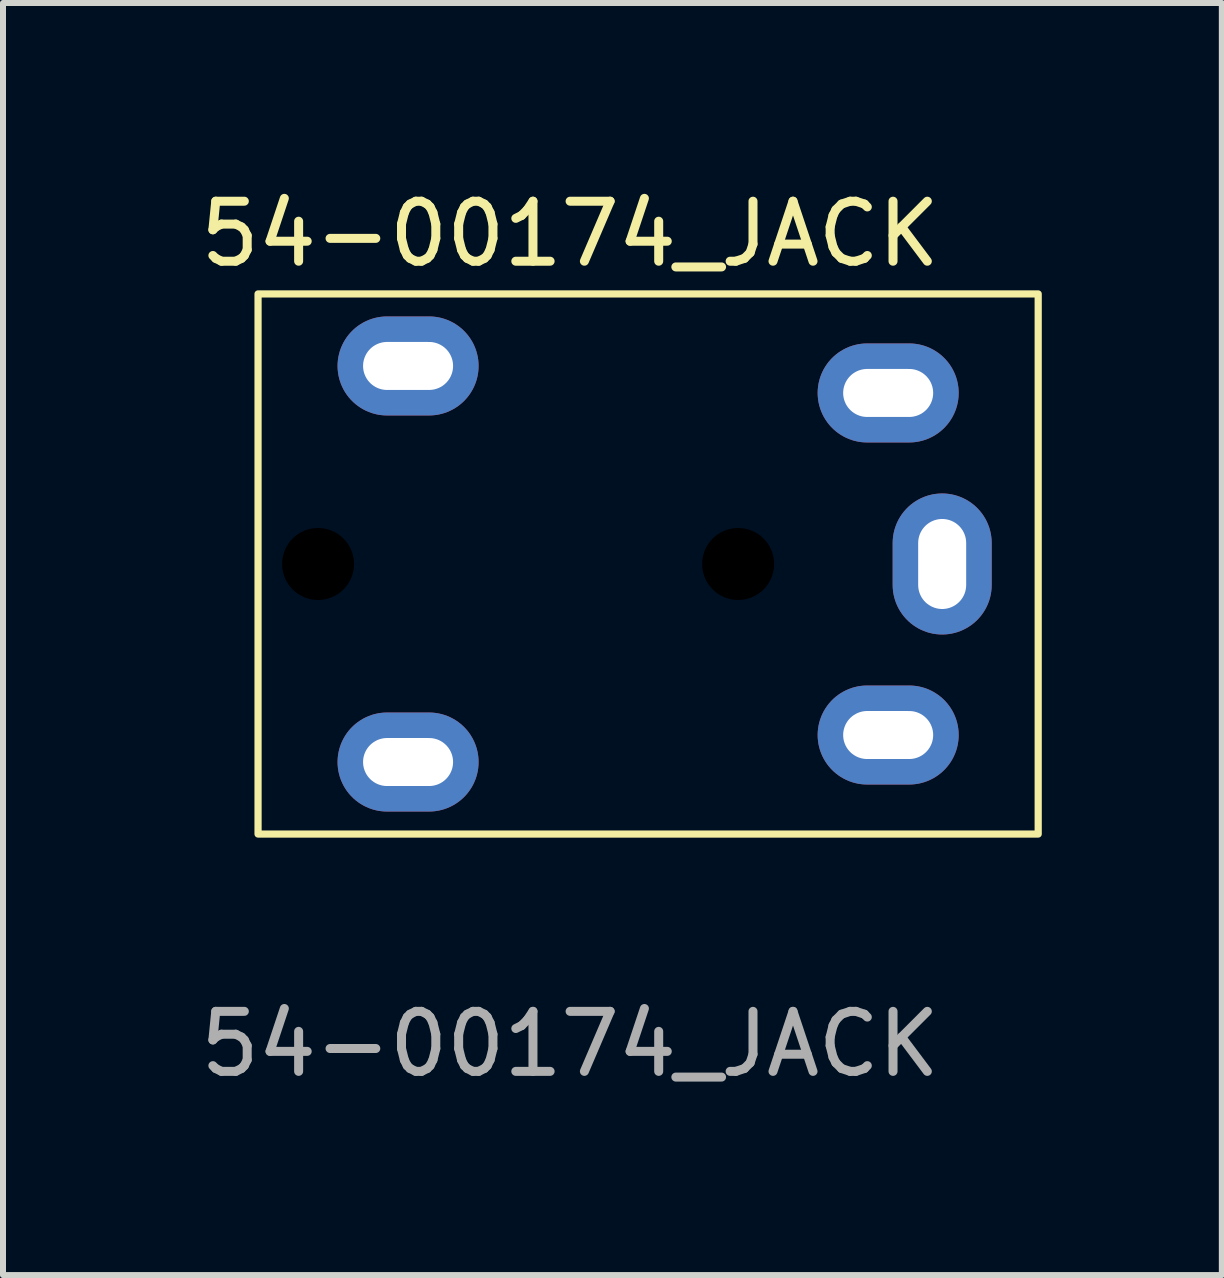
<source format=kicad_pcb>
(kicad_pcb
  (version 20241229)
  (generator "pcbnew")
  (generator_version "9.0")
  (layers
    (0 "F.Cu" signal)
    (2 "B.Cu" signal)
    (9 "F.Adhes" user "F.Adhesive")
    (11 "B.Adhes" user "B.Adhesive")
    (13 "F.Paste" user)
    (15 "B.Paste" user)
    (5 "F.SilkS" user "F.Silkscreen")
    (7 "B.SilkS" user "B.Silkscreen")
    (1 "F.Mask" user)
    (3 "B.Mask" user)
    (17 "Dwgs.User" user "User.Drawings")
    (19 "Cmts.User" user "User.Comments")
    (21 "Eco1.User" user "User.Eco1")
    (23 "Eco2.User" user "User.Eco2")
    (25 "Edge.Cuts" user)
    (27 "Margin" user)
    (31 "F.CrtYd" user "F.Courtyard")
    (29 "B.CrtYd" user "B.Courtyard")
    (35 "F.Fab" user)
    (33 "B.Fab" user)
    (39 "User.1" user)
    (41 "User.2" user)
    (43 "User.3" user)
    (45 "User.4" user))
  (footprint "54-00174_JACK"
    (layer "F.Cu")
    (at 0.25 2.848)
    (property "Reference" "54-00174_JACK" (at 6.2 -2 0) (unlocked yes) (layer "F.SilkS") (effects (font (size 1 1) (thickness 0.15))))
    (attr through_hole)
    (fp_rect (start 1 -1) (end 14 8) (stroke (width 0.12) (type solid)) (fill no) (layer "F.SilkS"))
    (fp_text user "${REFERENCE}" (at 6.2 11.5 0) (unlocked yes) (layer "F.Fab") (effects (font (size 1 1) (thickness 0.15))))
    (pad "" np_thru_hole circle (at 2 3.5) (size 1.2 1.2) (drill 1.2) (layers "*.Mask"))
    (pad "" np_thru_hole circle (at 9 3.5) (size 1.2 1.2) (drill 1.2) (layers "*.Mask"))
    (pad "+" thru_hole oval (at 3.5 0.2 180) (size 2.35 1.65) (drill oval 1.5 0.8) (layers "*.Cu" "*.Mask"))
    (pad "+" thru_hole oval (at 3.5 6.8 180) (size 2.35 1.65) (drill oval 1.5 0.8) (layers "*.Cu" "*.Mask"))
    (pad "-" thru_hole oval (at 12.4 3.5 90) (size 2.35 1.65) (drill oval 1.5 0.8) (layers "*.Cu" "*.Mask"))
    (pad "RX" thru_hole oval (at 11.5 0.65 180) (size 2.35 1.65) (drill oval 1.5 0.8) (layers "*.Cu" "*.Mask"))
    (pad "TX" thru_hole oval (at 11.5 6.35 180) (size 2.35 1.65) (drill oval 1.5 0.8) (layers "*.Cu" "*.Mask")))
  (gr_rect
    (start -3 -3)
    (end 17.31 18.197)
    (stroke (width 0.1) (type default))
    (fill no)
    (layer "Edge.Cuts")))
</source>
